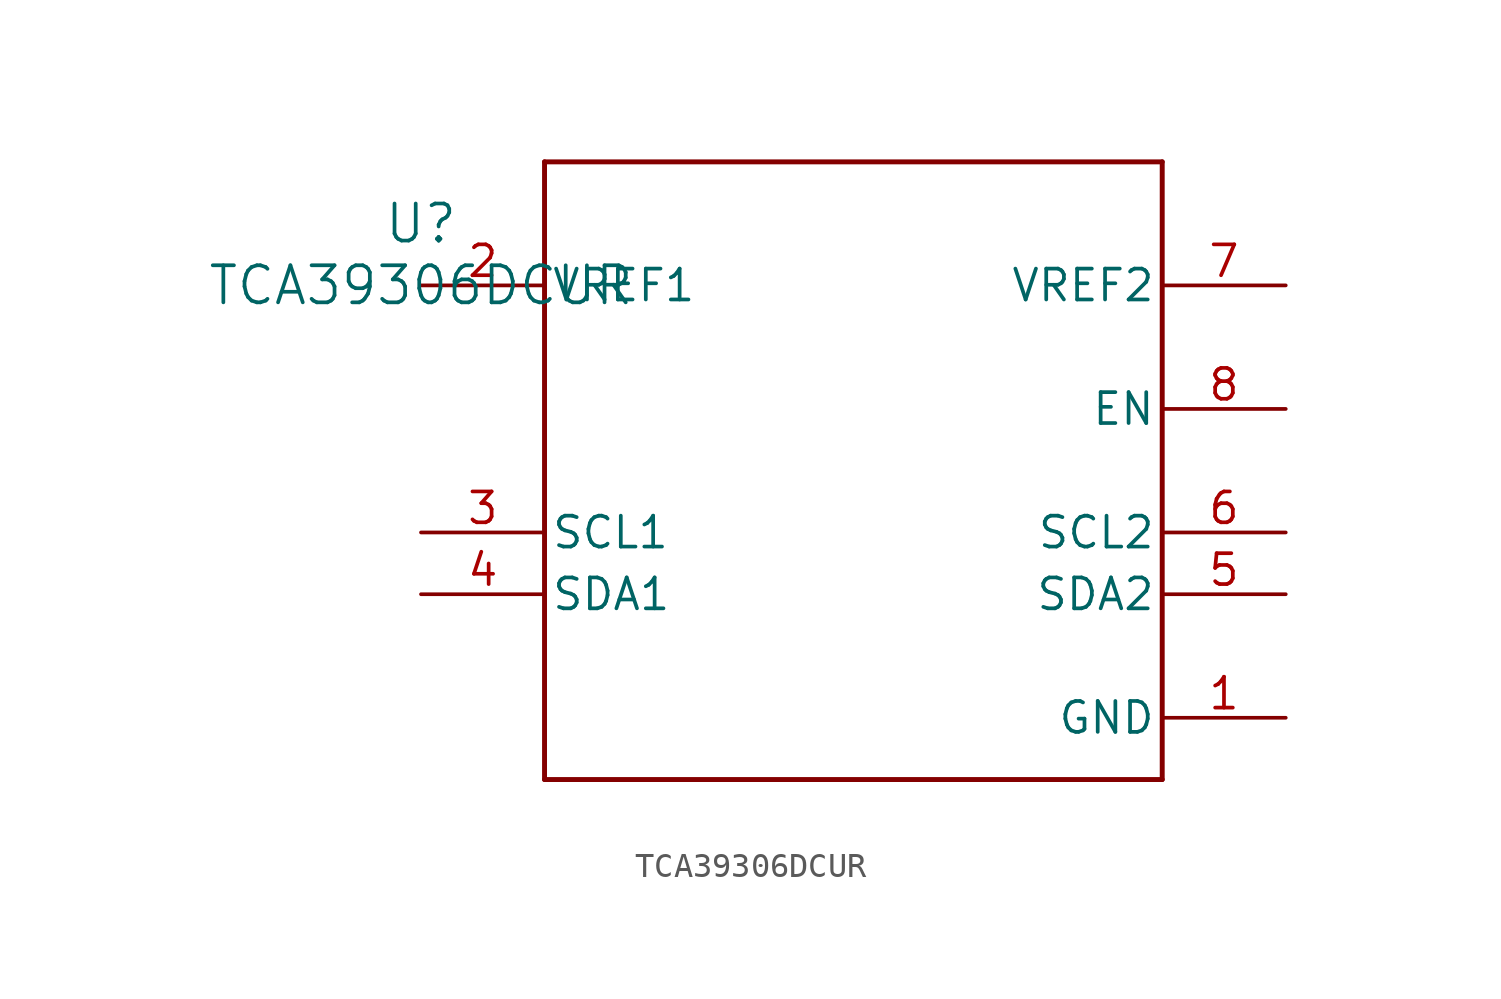
<source format=kicad_sym>
(kicad_symbol_lib
  (version 20211014)
  (generator kicad_symbol_editor)
  (symbol "TCA39306DCUR"
    (pin_names
      (offset 0.254))
    (property "Reference" "U"
      (at 0 2.54 0)
      (effects (font (size 1.524 1.524))))
    (property "Value" "TCA39306DCUR"
      (at 0 0 0)
      (effects (font (size 1.524 1.524))))
    (symbol "TCA39306DCUR_0_1"
      (polyline (pts (xy 5.08 -20.32) (xy 30.48 -20.32)) (stroke (width 0.203) (type default) (color 0 0 0 0)) (fill (type none)))
      (polyline (pts (xy 30.48 -20.32) (xy 30.48 5.08)) (stroke (width 0.203) (type default) (color 0 0 0 0)) (fill (type none)))
      (polyline (pts (xy 30.48 5.08) (xy 5.08 5.08)) (stroke (width 0.203) (type default) (color 0 0 0 0)) (fill (type none)))
      (polyline (pts (xy 5.08 5.08) (xy 5.08 -20.32)) (stroke (width 0.203) (type default) (color 0 0 0 0)) (fill (type none)))
      (pin power_in line (at 35.56 -17.78 180) (length 5.08) (name "GND" (effects (font (size 1.27 1.27)))) (number "1" (effects (font (size 1.27 1.27)))))
      (pin power_in line (at 0 0 0) (length 5.08) (name "VREF1" (effects (font (size 1.27 1.27)))) (number "2" (effects (font (size 1.27 1.27)))))
      (pin bidirectional line (at 0 -10.16 0) (length 5.08) (name "SCL1" (effects (font (size 1.27 1.27)))) (number "3" (effects (font (size 1.27 1.27)))))
      (pin bidirectional line (at 0 -12.7 0) (length 5.08) (name "SDA1" (effects (font (size 1.27 1.27)))) (number "4" (effects (font (size 1.27 1.27)))))
      (pin bidirectional line (at 35.56 -12.7 180) (length 5.08) (name "SDA2" (effects (font (size 1.27 1.27)))) (number "5" (effects (font (size 1.27 1.27)))))
      (pin bidirectional line (at 35.56 -10.16 180) (length 5.08) (name "SCL2" (effects (font (size 1.27 1.27)))) (number "6" (effects (font (size 1.27 1.27)))))
      (pin power_in line (at 35.56 0 180) (length 5.08) (name "VREF2" (effects (font (size 1.27 1.27)))) (number "7" (effects (font (size 1.27 1.27)))))
      (pin input line (at 35.56 -5.08 180) (length 5.08) (name "EN" (effects (font (size 1.27 1.27)))) (number "8" (effects (font (size 1.27 1.27))))))))
</source>
